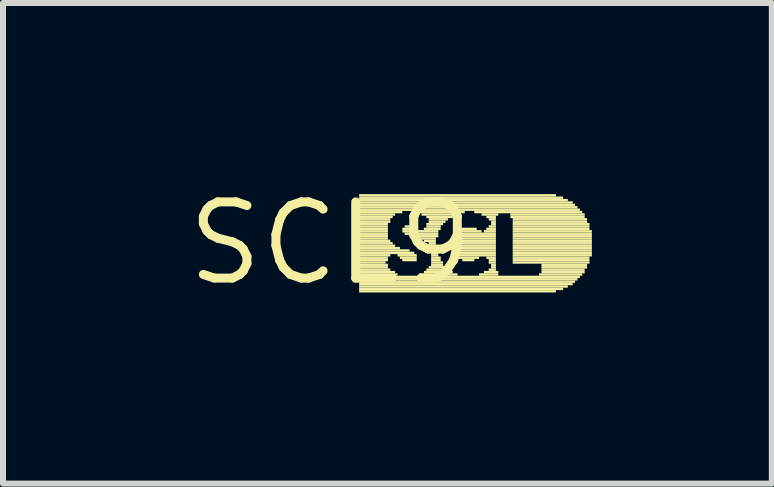
<source format=kicad_pcb>
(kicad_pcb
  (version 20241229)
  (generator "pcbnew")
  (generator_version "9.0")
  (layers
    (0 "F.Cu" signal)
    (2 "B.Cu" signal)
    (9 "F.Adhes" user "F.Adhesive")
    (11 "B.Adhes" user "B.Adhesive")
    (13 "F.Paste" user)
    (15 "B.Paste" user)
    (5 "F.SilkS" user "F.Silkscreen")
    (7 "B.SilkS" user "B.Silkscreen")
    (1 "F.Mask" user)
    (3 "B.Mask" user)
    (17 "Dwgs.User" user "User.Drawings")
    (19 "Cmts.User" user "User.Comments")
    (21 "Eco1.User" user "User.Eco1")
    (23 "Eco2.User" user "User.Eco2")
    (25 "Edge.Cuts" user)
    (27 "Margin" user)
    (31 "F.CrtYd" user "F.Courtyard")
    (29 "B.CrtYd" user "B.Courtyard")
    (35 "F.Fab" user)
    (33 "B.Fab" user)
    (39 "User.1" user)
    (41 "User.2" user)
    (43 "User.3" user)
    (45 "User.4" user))
  (footprint "SCL9"
    (layer "F.Cu")
    (at 2.457 1.006)
    (property "Reference" "SCL9" (at 0 0 0) (layer "F.SilkS") (effects (font (size 1.27 1.27) (thickness 0.15))))
    (attr through_hole)
    (fp_poly (pts (xy 0.48 -0.78) (xy 3.76 -0.78) (xy 3.76 -0.82) (xy 0.48 -0.82)) (stroke (width 0) (type solid)) (fill yes) (layer "F.SilkS"))
    (fp_poly (pts (xy 0.48 -0.74) (xy 3.88 -0.74) (xy 3.88 -0.78) (xy 0.48 -0.78)) (stroke (width 0) (type solid)) (fill yes) (layer "F.SilkS"))
    (fp_poly (pts (xy 0.48 -0.7) (xy 3.96 -0.7) (xy 3.96 -0.74) (xy 0.48 -0.74)) (stroke (width 0) (type solid)) (fill yes) (layer "F.SilkS"))
    (fp_poly (pts (xy 0.48 -0.66) (xy 4.04 -0.66) (xy 4.04 -0.7) (xy 0.48 -0.7)) (stroke (width 0) (type solid)) (fill yes) (layer "F.SilkS"))
    (fp_poly (pts (xy 0.48 -0.62) (xy 4.08 -0.62) (xy 4.08 -0.66) (xy 0.48 -0.66)) (stroke (width 0) (type solid)) (fill yes) (layer "F.SilkS"))
    (fp_poly (pts (xy 0.48 -0.58) (xy 4.12 -0.58) (xy 4.12 -0.62) (xy 0.48 -0.62)) (stroke (width 0) (type solid)) (fill yes) (layer "F.SilkS"))
    (fp_poly (pts (xy 0.48 -0.54) (xy 4.16 -0.54) (xy 4.16 -0.58) (xy 0.48 -0.58)) (stroke (width 0) (type solid)) (fill yes) (layer "F.SilkS"))
    (fp_poly (pts (xy 0.48 -0.5) (xy 1.2 -0.5) (xy 1.2 -0.54) (xy 0.48 -0.54)) (stroke (width 0) (type solid)) (fill yes) (layer "F.SilkS"))
    (fp_poly (pts (xy 0.48 -0.46) (xy 1.08 -0.46) (xy 1.08 -0.5) (xy 0.48 -0.5)) (stroke (width 0) (type solid)) (fill yes) (layer "F.SilkS"))
    (fp_poly (pts (xy 0.48 -0.42) (xy 1.04 -0.42) (xy 1.04 -0.46) (xy 0.48 -0.46)) (stroke (width 0) (type solid)) (fill yes) (layer "F.SilkS"))
    (fp_poly (pts (xy 0.48 -0.38) (xy 1 -0.38) (xy 1 -0.42) (xy 0.48 -0.42)) (stroke (width 0) (type solid)) (fill yes) (layer "F.SilkS"))
    (fp_poly (pts (xy 0.48 -0.34) (xy 1 -0.34) (xy 1 -0.38) (xy 0.48 -0.38)) (stroke (width 0) (type solid)) (fill yes) (layer "F.SilkS"))
    (fp_poly (pts (xy 0.48 -0.3) (xy 0.96 -0.3) (xy 0.96 -0.34) (xy 0.48 -0.34)) (stroke (width 0) (type solid)) (fill yes) (layer "F.SilkS"))
    (fp_poly (pts (xy 0.48 -0.26) (xy 0.96 -0.26) (xy 0.96 -0.3) (xy 0.48 -0.3)) (stroke (width 0) (type solid)) (fill yes) (layer "F.SilkS"))
    (fp_poly (pts (xy 0.48 -0.22) (xy 0.96 -0.22) (xy 0.96 -0.26) (xy 0.48 -0.26)) (stroke (width 0) (type solid)) (fill yes) (layer "F.SilkS"))
    (fp_poly (pts (xy 0.48 -0.18) (xy 0.96 -0.18) (xy 0.96 -0.22) (xy 0.48 -0.22)) (stroke (width 0) (type solid)) (fill yes) (layer "F.SilkS"))
    (fp_poly (pts (xy 0.48 -0.14) (xy 0.96 -0.14) (xy 0.96 -0.18) (xy 0.48 -0.18)) (stroke (width 0) (type solid)) (fill yes) (layer "F.SilkS"))
    (fp_poly (pts (xy 0.48 -0.1) (xy 0.96 -0.1) (xy 0.96 -0.14) (xy 0.48 -0.14)) (stroke (width 0) (type solid)) (fill yes) (layer "F.SilkS"))
    (fp_poly (pts (xy 0.48 -0.06) (xy 0.96 -0.06) (xy 0.96 -0.1) (xy 0.48 -0.1)) (stroke (width 0) (type solid)) (fill yes) (layer "F.SilkS"))
    (fp_poly (pts (xy 0.48 -0.02) (xy 1 -0.02) (xy 1 -0.06) (xy 0.48 -0.06)) (stroke (width 0) (type solid)) (fill yes) (layer "F.SilkS"))
    (fp_poly (pts (xy 0.48 0.02) (xy 1.04 0.02) (xy 1.04 -0.02) (xy 0.48 -0.02)) (stroke (width 0) (type solid)) (fill yes) (layer "F.SilkS"))
    (fp_poly (pts (xy 0.48 0.06) (xy 1.08 0.06) (xy 1.08 0.02) (xy 0.48 0.02)) (stroke (width 0) (type solid)) (fill yes) (layer "F.SilkS"))
    (fp_poly (pts (xy 0.48 0.1) (xy 1.16 0.1) (xy 1.16 0.06) (xy 0.48 0.06)) (stroke (width 0) (type solid)) (fill yes) (layer "F.SilkS"))
    (fp_poly (pts (xy 0.48 0.14) (xy 1.32 0.14) (xy 1.32 0.1) (xy 0.48 0.1)) (stroke (width 0) (type solid)) (fill yes) (layer "F.SilkS"))
    (fp_poly (pts (xy 0.48 0.18) (xy 1.4 0.18) (xy 1.4 0.14) (xy 0.48 0.14)) (stroke (width 0) (type solid)) (fill yes) (layer "F.SilkS"))
    (fp_poly (pts (xy 0.48 0.22) (xy 1 0.22) (xy 1 0.18) (xy 0.48 0.18)) (stroke (width 0) (type solid)) (fill yes) (layer "F.SilkS"))
    (fp_poly (pts (xy 0.48 0.26) (xy 0.96 0.26) (xy 0.96 0.22) (xy 0.48 0.22)) (stroke (width 0) (type solid)) (fill yes) (layer "F.SilkS"))
    (fp_poly (pts (xy 0.48 0.3) (xy 0.96 0.3) (xy 0.96 0.26) (xy 0.48 0.26)) (stroke (width 0) (type solid)) (fill yes) (layer "F.SilkS"))
    (fp_poly (pts (xy 0.48 0.34) (xy 0.92 0.34) (xy 0.92 0.3) (xy 0.48 0.3)) (stroke (width 0) (type solid)) (fill yes) (layer "F.SilkS"))
    (fp_poly (pts (xy 0.48 0.38) (xy 0.96 0.38) (xy 0.96 0.34) (xy 0.48 0.34)) (stroke (width 0) (type solid)) (fill yes) (layer "F.SilkS"))
    (fp_poly (pts (xy 0.48 0.42) (xy 0.96 0.42) (xy 0.96 0.38) (xy 0.48 0.38)) (stroke (width 0) (type solid)) (fill yes) (layer "F.SilkS"))
    (fp_poly (pts (xy 0.48 0.46) (xy 1 0.46) (xy 1 0.42) (xy 0.48 0.42)) (stroke (width 0) (type solid)) (fill yes) (layer "F.SilkS"))
    (fp_poly (pts (xy 0.48 0.5) (xy 1.08 0.5) (xy 1.08 0.46) (xy 0.48 0.46)) (stroke (width 0) (type solid)) (fill yes) (layer "F.SilkS"))
    (fp_poly (pts (xy 0.48 0.54) (xy 1.12 0.54) (xy 1.12 0.5) (xy 0.48 0.5)) (stroke (width 0) (type solid)) (fill yes) (layer "F.SilkS"))
    (fp_poly (pts (xy 0.48 0.58) (xy 4.16 0.58) (xy 4.16 0.54) (xy 0.48 0.54)) (stroke (width 0) (type solid)) (fill yes) (layer "F.SilkS"))
    (fp_poly (pts (xy 0.48 0.62) (xy 4.12 0.62) (xy 4.12 0.58) (xy 0.48 0.58)) (stroke (width 0) (type solid)) (fill yes) (layer "F.SilkS"))
    (fp_poly (pts (xy 0.48 0.66) (xy 4.08 0.66) (xy 4.08 0.62) (xy 0.48 0.62)) (stroke (width 0) (type solid)) (fill yes) (layer "F.SilkS"))
    (fp_poly (pts (xy 0.48 0.7) (xy 4.04 0.7) (xy 4.04 0.66) (xy 0.48 0.66)) (stroke (width 0) (type solid)) (fill yes) (layer "F.SilkS"))
    (fp_poly (pts (xy 0.48 0.74) (xy 3.96 0.74) (xy 3.96 0.7) (xy 0.48 0.7)) (stroke (width 0) (type solid)) (fill yes) (layer "F.SilkS"))
    (fp_poly (pts (xy 0.48 0.78) (xy 3.88 0.78) (xy 3.88 0.74) (xy 0.48 0.74)) (stroke (width 0) (type solid)) (fill yes) (layer "F.SilkS"))
    (fp_poly (pts (xy 0.48 0.82) (xy 3.76 0.82) (xy 3.76 0.78) (xy 0.48 0.78)) (stroke (width 0) (type solid)) (fill yes) (layer "F.SilkS"))
    (fp_poly (pts (xy 1.12 0.22) (xy 1.44 0.22) (xy 1.44 0.18) (xy 1.12 0.18)) (stroke (width 0) (type solid)) (fill yes) (layer "F.SilkS"))
    (fp_poly (pts (xy 1.16 0.26) (xy 1.44 0.26) (xy 1.44 0.22) (xy 1.16 0.22)) (stroke (width 0) (type solid)) (fill yes) (layer "F.SilkS"))
    (fp_poly (pts (xy 1.2 -0.22) (xy 1.44 -0.22) (xy 1.44 -0.26) (xy 1.2 -0.26)) (stroke (width 0) (type solid)) (fill yes) (layer "F.SilkS"))
    (fp_poly (pts (xy 1.2 -0.18) (xy 1.8 -0.18) (xy 1.8 -0.22) (xy 1.2 -0.22)) (stroke (width 0) (type solid)) (fill yes) (layer "F.SilkS"))
    (fp_poly (pts (xy 1.2 0.3) (xy 1.44 0.3) (xy 1.44 0.26) (xy 1.2 0.26)) (stroke (width 0) (type solid)) (fill yes) (layer "F.SilkS"))
    (fp_poly (pts (xy 1.24 -0.26) (xy 1.4 -0.26) (xy 1.4 -0.3) (xy 1.24 -0.3)) (stroke (width 0) (type solid)) (fill yes) (layer "F.SilkS"))
    (fp_poly (pts (xy 1.24 -0.14) (xy 1.8 -0.14) (xy 1.8 -0.18) (xy 1.24 -0.18)) (stroke (width 0) (type solid)) (fill yes) (layer "F.SilkS"))
    (fp_poly (pts (xy 1.32 -0.1) (xy 1.8 -0.1) (xy 1.8 -0.14) (xy 1.32 -0.14)) (stroke (width 0) (type solid)) (fill yes) (layer "F.SilkS"))
    (fp_poly (pts (xy 1.4 -0.5) (xy 2.24 -0.5) (xy 2.24 -0.54) (xy 1.4 -0.54)) (stroke (width 0) (type solid)) (fill yes) (layer "F.SilkS"))
    (fp_poly (pts (xy 1.48 -0.06) (xy 1.76 -0.06) (xy 1.76 -0.1) (xy 1.48 -0.1)) (stroke (width 0) (type solid)) (fill yes) (layer "F.SilkS"))
    (fp_poly (pts (xy 1.48 0.54) (xy 2.12 0.54) (xy 2.12 0.5) (xy 1.48 0.5)) (stroke (width 0) (type solid)) (fill yes) (layer "F.SilkS"))
    (fp_poly (pts (xy 1.52 -0.46) (xy 2.12 -0.46) (xy 2.12 -0.5) (xy 1.52 -0.5)) (stroke (width 0) (type solid)) (fill yes) (layer "F.SilkS"))
    (fp_poly (pts (xy 1.56 -0.22) (xy 1.84 -0.22) (xy 1.84 -0.26) (xy 1.56 -0.26)) (stroke (width 0) (type solid)) (fill yes) (layer "F.SilkS"))
    (fp_poly (pts (xy 1.56 -0.02) (xy 1.76 -0.02) (xy 1.76 -0.06) (xy 1.56 -0.06)) (stroke (width 0) (type solid)) (fill yes) (layer "F.SilkS"))
    (fp_poly (pts (xy 1.56 0.5) (xy 2.04 0.5) (xy 2.04 0.46) (xy 1.56 0.46)) (stroke (width 0) (type solid)) (fill yes) (layer "F.SilkS"))
    (fp_poly (pts (xy 1.6 -0.42) (xy 2.04 -0.42) (xy 2.04 -0.46) (xy 1.6 -0.46)) (stroke (width 0) (type solid)) (fill yes) (layer "F.SilkS"))
    (fp_poly (pts (xy 1.6 -0.3) (xy 1.88 -0.3) (xy 1.88 -0.34) (xy 1.6 -0.34)) (stroke (width 0) (type solid)) (fill yes) (layer "F.SilkS"))
    (fp_poly (pts (xy 1.6 -0.26) (xy 1.84 -0.26) (xy 1.84 -0.3) (xy 1.6 -0.3)) (stroke (width 0) (type solid)) (fill yes) (layer "F.SilkS"))
    (fp_poly (pts (xy 1.6 0.46) (xy 2 0.46) (xy 2 0.42) (xy 1.6 0.42)) (stroke (width 0) (type solid)) (fill yes) (layer "F.SilkS"))
    (fp_poly (pts (xy 1.64 -0.38) (xy 1.96 -0.38) (xy 1.96 -0.42) (xy 1.64 -0.42)) (stroke (width 0) (type solid)) (fill yes) (layer "F.SilkS"))
    (fp_poly (pts (xy 1.64 -0.34) (xy 1.92 -0.34) (xy 1.92 -0.38) (xy 1.64 -0.38)) (stroke (width 0) (type solid)) (fill yes) (layer "F.SilkS"))
    (fp_poly (pts (xy 1.64 0.02) (xy 1.76 0.02) (xy 1.76 -0.02) (xy 1.64 -0.02)) (stroke (width 0) (type solid)) (fill yes) (layer "F.SilkS"))
    (fp_poly (pts (xy 1.64 0.06) (xy 1.76 0.06) (xy 1.76 0.02) (xy 1.64 0.02)) (stroke (width 0) (type solid)) (fill yes) (layer "F.SilkS"))
    (fp_poly (pts (xy 1.64 0.42) (xy 1.92 0.42) (xy 1.92 0.38) (xy 1.64 0.38)) (stroke (width 0) (type solid)) (fill yes) (layer "F.SilkS"))
    (fp_poly (pts (xy 1.68 0.1) (xy 1.76 0.1) (xy 1.76 0.06) (xy 1.68 0.06)) (stroke (width 0) (type solid)) (fill yes) (layer "F.SilkS"))
    (fp_poly (pts (xy 1.68 0.14) (xy 1.8 0.14) (xy 1.8 0.1) (xy 1.68 0.1)) (stroke (width 0) (type solid)) (fill yes) (layer "F.SilkS"))
    (fp_poly (pts (xy 1.68 0.18) (xy 1.8 0.18) (xy 1.8 0.14) (xy 1.68 0.14)) (stroke (width 0) (type solid)) (fill yes) (layer "F.SilkS"))
    (fp_poly (pts (xy 1.68 0.22) (xy 1.8 0.22) (xy 1.8 0.18) (xy 1.68 0.18)) (stroke (width 0) (type solid)) (fill yes) (layer "F.SilkS"))
    (fp_poly (pts (xy 1.68 0.26) (xy 1.84 0.26) (xy 1.84 0.22) (xy 1.68 0.22)) (stroke (width 0) (type solid)) (fill yes) (layer "F.SilkS"))
    (fp_poly (pts (xy 1.68 0.3) (xy 1.84 0.3) (xy 1.84 0.26) (xy 1.68 0.26)) (stroke (width 0) (type solid)) (fill yes) (layer "F.SilkS"))
    (fp_poly (pts (xy 1.68 0.34) (xy 1.88 0.34) (xy 1.88 0.3) (xy 1.68 0.3)) (stroke (width 0) (type solid)) (fill yes) (layer "F.SilkS"))
    (fp_poly (pts (xy 1.68 0.38) (xy 1.88 0.38) (xy 1.88 0.34) (xy 1.68 0.34)) (stroke (width 0) (type solid)) (fill yes) (layer "F.SilkS"))
    (fp_poly (pts (xy 2.04 -0.1) (xy 2.76 -0.1) (xy 2.76 -0.14) (xy 2.04 -0.14)) (stroke (width 0) (type solid)) (fill yes) (layer "F.SilkS"))
    (fp_poly (pts (xy 2.04 -0.06) (xy 2.76 -0.06) (xy 2.76 -0.1) (xy 2.04 -0.1)) (stroke (width 0) (type solid)) (fill yes) (layer "F.SilkS"))
    (fp_poly (pts (xy 2.04 -0.02) (xy 2.76 -0.02) (xy 2.76 -0.06) (xy 2.04 -0.06)) (stroke (width 0) (type solid)) (fill yes) (layer "F.SilkS"))
    (fp_poly (pts (xy 2.04 0.02) (xy 2.76 0.02) (xy 2.76 -0.02) (xy 2.04 -0.02)) (stroke (width 0) (type solid)) (fill yes) (layer "F.SilkS"))
    (fp_poly (pts (xy 2.04 0.06) (xy 2.76 0.06) (xy 2.76 0.02) (xy 2.04 0.02)) (stroke (width 0) (type solid)) (fill yes) (layer "F.SilkS"))
    (fp_poly (pts (xy 2.04 0.1) (xy 2.76 0.1) (xy 2.76 0.06) (xy 2.04 0.06)) (stroke (width 0) (type solid)) (fill yes) (layer "F.SilkS"))
    (fp_poly (pts (xy 2.04 0.14) (xy 2.76 0.14) (xy 2.76 0.1) (xy 2.04 0.1)) (stroke (width 0) (type solid)) (fill yes) (layer "F.SilkS"))
    (fp_poly (pts (xy 2.04 0.18) (xy 2.76 0.18) (xy 2.76 0.14) (xy 2.04 0.14)) (stroke (width 0) (type solid)) (fill yes) (layer "F.SilkS"))
    (fp_poly (pts (xy 2.08 -0.14) (xy 2.76 -0.14) (xy 2.76 -0.18) (xy 2.08 -0.18)) (stroke (width 0) (type solid)) (fill yes) (layer "F.SilkS"))
    (fp_poly (pts (xy 2.08 0.22) (xy 2.76 0.22) (xy 2.76 0.18) (xy 2.08 0.18)) (stroke (width 0) (type solid)) (fill yes) (layer "F.SilkS"))
    (fp_poly (pts (xy 2.12 -0.18) (xy 2.52 -0.18) (xy 2.52 -0.22) (xy 2.12 -0.22)) (stroke (width 0) (type solid)) (fill yes) (layer "F.SilkS"))
    (fp_poly (pts (xy 2.12 0.26) (xy 2.48 0.26) (xy 2.48 0.22) (xy 2.12 0.22)) (stroke (width 0) (type solid)) (fill yes) (layer "F.SilkS"))
    (fp_poly (pts (xy 2.16 -0.22) (xy 2.44 -0.22) (xy 2.44 -0.26) (xy 2.16 -0.26)) (stroke (width 0) (type solid)) (fill yes) (layer "F.SilkS"))
    (fp_poly (pts (xy 2.2 0.3) (xy 2.4 0.3) (xy 2.4 0.26) (xy 2.2 0.26)) (stroke (width 0) (type solid)) (fill yes) (layer "F.SilkS"))
    (fp_poly (pts (xy 2.4 -0.5) (xy 4.2 -0.5) (xy 4.2 -0.54) (xy 2.4 -0.54)) (stroke (width 0) (type solid)) (fill yes) (layer "F.SilkS"))
    (fp_poly (pts (xy 2.48 0.54) (xy 2.8 0.54) (xy 2.8 0.5) (xy 2.48 0.5)) (stroke (width 0) (type solid)) (fill yes) (layer "F.SilkS"))
    (fp_poly (pts (xy 2.52 -0.46) (xy 2.8 -0.46) (xy 2.8 -0.5) (xy 2.52 -0.5)) (stroke (width 0) (type solid)) (fill yes) (layer "F.SilkS"))
    (fp_poly (pts (xy 2.56 -0.18) (xy 2.76 -0.18) (xy 2.76 -0.22) (xy 2.56 -0.22)) (stroke (width 0) (type solid)) (fill yes) (layer "F.SilkS"))
    (fp_poly (pts (xy 2.56 0.5) (xy 2.8 0.5) (xy 2.8 0.46) (xy 2.56 0.46)) (stroke (width 0) (type solid)) (fill yes) (layer "F.SilkS"))
    (fp_poly (pts (xy 2.6 -0.42) (xy 2.76 -0.42) (xy 2.76 -0.46) (xy 2.6 -0.46)) (stroke (width 0) (type solid)) (fill yes) (layer "F.SilkS"))
    (fp_poly (pts (xy 2.6 -0.22) (xy 2.76 -0.22) (xy 2.76 -0.26) (xy 2.6 -0.26)) (stroke (width 0) (type solid)) (fill yes) (layer "F.SilkS"))
    (fp_poly (pts (xy 2.6 0.26) (xy 2.76 0.26) (xy 2.76 0.22) (xy 2.6 0.22)) (stroke (width 0) (type solid)) (fill yes) (layer "F.SilkS"))
    (fp_poly (pts (xy 2.64 -0.38) (xy 2.76 -0.38) (xy 2.76 -0.42) (xy 2.64 -0.42)) (stroke (width 0) (type solid)) (fill yes) (layer "F.SilkS"))
    (fp_poly (pts (xy 2.64 -0.26) (xy 2.76 -0.26) (xy 2.76 -0.3) (xy 2.64 -0.3)) (stroke (width 0) (type solid)) (fill yes) (layer "F.SilkS"))
    (fp_poly (pts (xy 2.64 0.3) (xy 2.76 0.3) (xy 2.76 0.26) (xy 2.64 0.26)) (stroke (width 0) (type solid)) (fill yes) (layer "F.SilkS"))
    (fp_poly (pts (xy 2.64 0.34) (xy 2.76 0.34) (xy 2.76 0.3) (xy 2.64 0.3)) (stroke (width 0) (type solid)) (fill yes) (layer "F.SilkS"))
    (fp_poly (pts (xy 2.64 0.46) (xy 2.76 0.46) (xy 2.76 0.42) (xy 2.64 0.42)) (stroke (width 0) (type solid)) (fill yes) (layer "F.SilkS"))
    (fp_poly (pts (xy 2.68 -0.34) (xy 2.76 -0.34) (xy 2.76 -0.38) (xy 2.68 -0.38)) (stroke (width 0) (type solid)) (fill yes) (layer "F.SilkS"))
    (fp_poly (pts (xy 2.68 -0.3) (xy 2.76 -0.3) (xy 2.76 -0.34) (xy 2.68 -0.34)) (stroke (width 0) (type solid)) (fill yes) (layer "F.SilkS"))
    (fp_poly (pts (xy 2.68 0.38) (xy 2.76 0.38) (xy 2.76 0.34) (xy 2.68 0.34)) (stroke (width 0) (type solid)) (fill yes) (layer "F.SilkS"))
    (fp_poly (pts (xy 2.68 0.42) (xy 2.76 0.42) (xy 2.76 0.38) (xy 2.68 0.38)) (stroke (width 0) (type solid)) (fill yes) (layer "F.SilkS"))
    (fp_poly (pts (xy 3 -0.46) (xy 4.24 -0.46) (xy 4.24 -0.5) (xy 3 -0.5)) (stroke (width 0) (type solid)) (fill yes) (layer "F.SilkS"))
    (fp_poly (pts (xy 3 -0.42) (xy 4.24 -0.42) (xy 4.24 -0.46) (xy 3 -0.46)) (stroke (width 0) (type solid)) (fill yes) (layer "F.SilkS"))
    (fp_poly (pts (xy 3.04 -0.38) (xy 4.28 -0.38) (xy 4.28 -0.42) (xy 3.04 -0.42)) (stroke (width 0) (type solid)) (fill yes) (layer "F.SilkS"))
    (fp_poly (pts (xy 3.04 -0.34) (xy 4.28 -0.34) (xy 4.28 -0.38) (xy 3.04 -0.38)) (stroke (width 0) (type solid)) (fill yes) (layer "F.SilkS"))
    (fp_poly (pts (xy 3.04 -0.3) (xy 4.32 -0.3) (xy 4.32 -0.34) (xy 3.04 -0.34)) (stroke (width 0) (type solid)) (fill yes) (layer "F.SilkS"))
    (fp_poly (pts (xy 3.04 -0.26) (xy 4.32 -0.26) (xy 4.32 -0.3) (xy 3.04 -0.3)) (stroke (width 0) (type solid)) (fill yes) (layer "F.SilkS"))
    (fp_poly (pts (xy 3.04 -0.22) (xy 4.32 -0.22) (xy 4.32 -0.26) (xy 3.04 -0.26)) (stroke (width 0) (type solid)) (fill yes) (layer "F.SilkS"))
    (fp_poly (pts (xy 3.04 -0.18) (xy 4.36 -0.18) (xy 4.36 -0.22) (xy 3.04 -0.22)) (stroke (width 0) (type solid)) (fill yes) (layer "F.SilkS"))
    (fp_poly (pts (xy 3.04 -0.14) (xy 4.36 -0.14) (xy 4.36 -0.18) (xy 3.04 -0.18)) (stroke (width 0) (type solid)) (fill yes) (layer "F.SilkS"))
    (fp_poly (pts (xy 3.04 -0.1) (xy 4.36 -0.1) (xy 4.36 -0.14) (xy 3.04 -0.14)) (stroke (width 0) (type solid)) (fill yes) (layer "F.SilkS"))
    (fp_poly (pts (xy 3.04 -0.06) (xy 4.36 -0.06) (xy 4.36 -0.1) (xy 3.04 -0.1)) (stroke (width 0) (type solid)) (fill yes) (layer "F.SilkS"))
    (fp_poly (pts (xy 3.04 -0.02) (xy 4.36 -0.02) (xy 4.36 -0.06) (xy 3.04 -0.06)) (stroke (width 0) (type solid)) (fill yes) (layer "F.SilkS"))
    (fp_poly (pts (xy 3.04 0.02) (xy 4.36 0.02) (xy 4.36 -0.02) (xy 3.04 -0.02)) (stroke (width 0) (type solid)) (fill yes) (layer "F.SilkS"))
    (fp_poly (pts (xy 3.04 0.06) (xy 4.36 0.06) (xy 4.36 0.02) (xy 3.04 0.02)) (stroke (width 0) (type solid)) (fill yes) (layer "F.SilkS"))
    (fp_poly (pts (xy 3.04 0.1) (xy 4.36 0.1) (xy 4.36 0.06) (xy 3.04 0.06)) (stroke (width 0) (type solid)) (fill yes) (layer "F.SilkS"))
    (fp_poly (pts (xy 3.04 0.14) (xy 4.36 0.14) (xy 4.36 0.1) (xy 3.04 0.1)) (stroke (width 0) (type solid)) (fill yes) (layer "F.SilkS"))
    (fp_poly (pts (xy 3.04 0.18) (xy 4.36 0.18) (xy 4.36 0.14) (xy 3.04 0.14)) (stroke (width 0) (type solid)) (fill yes) (layer "F.SilkS"))
    (fp_poly (pts (xy 3.04 0.22) (xy 4.36 0.22) (xy 4.36 0.18) (xy 3.04 0.18)) (stroke (width 0) (type solid)) (fill yes) (layer "F.SilkS"))
    (fp_poly (pts (xy 3.04 0.26) (xy 4.32 0.26) (xy 4.32 0.22) (xy 3.04 0.22)) (stroke (width 0) (type solid)) (fill yes) (layer "F.SilkS"))
    (fp_poly (pts (xy 3.04 0.3) (xy 4.32 0.3) (xy 4.32 0.26) (xy 3.04 0.26)) (stroke (width 0) (type solid)) (fill yes) (layer "F.SilkS"))
    (fp_poly (pts (xy 3.04 0.34) (xy 4.32 0.34) (xy 4.32 0.3) (xy 3.04 0.3)) (stroke (width 0) (type solid)) (fill yes) (layer "F.SilkS"))
    (fp_poly (pts (xy 3.48 0.54) (xy 4.2 0.54) (xy 4.2 0.5) (xy 3.48 0.5)) (stroke (width 0) (type solid)) (fill yes) (layer "F.SilkS"))
    (fp_poly (pts (xy 3.52 0.38) (xy 4.28 0.38) (xy 4.28 0.34) (xy 3.52 0.34)) (stroke (width 0) (type solid)) (fill yes) (layer "F.SilkS"))
    (fp_poly (pts (xy 3.52 0.42) (xy 4.28 0.42) (xy 4.28 0.38) (xy 3.52 0.38)) (stroke (width 0) (type solid)) (fill yes) (layer "F.SilkS"))
    (fp_poly (pts (xy 3.52 0.46) (xy 4.24 0.46) (xy 4.24 0.42) (xy 3.52 0.42)) (stroke (width 0) (type solid)) (fill yes) (layer "F.SilkS"))
    (fp_poly (pts (xy 3.52 0.5) (xy 4.24 0.5) (xy 4.24 0.46) (xy 3.52 0.46)) (stroke (width 0) (type solid)) (fill yes) (layer "F.SilkS")))
  (gr_rect
    (start -3 -3)
    (end 9.817 5.012)
    (stroke (width 0.1) (type default))
    (fill no)
    (layer "Edge.Cuts")))
</source>
